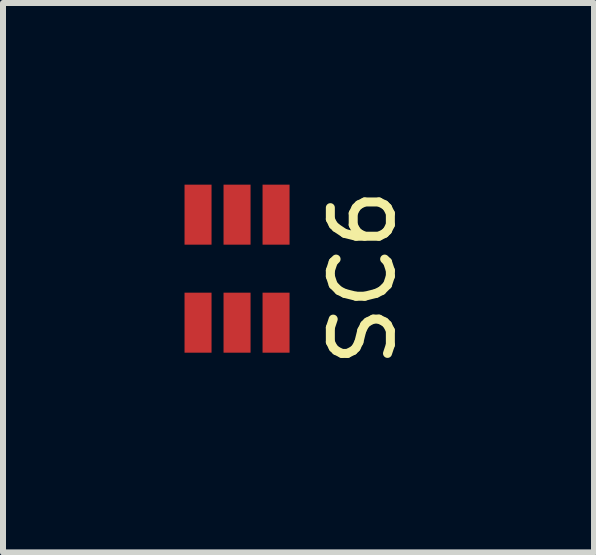
<source format=kicad_pcb>
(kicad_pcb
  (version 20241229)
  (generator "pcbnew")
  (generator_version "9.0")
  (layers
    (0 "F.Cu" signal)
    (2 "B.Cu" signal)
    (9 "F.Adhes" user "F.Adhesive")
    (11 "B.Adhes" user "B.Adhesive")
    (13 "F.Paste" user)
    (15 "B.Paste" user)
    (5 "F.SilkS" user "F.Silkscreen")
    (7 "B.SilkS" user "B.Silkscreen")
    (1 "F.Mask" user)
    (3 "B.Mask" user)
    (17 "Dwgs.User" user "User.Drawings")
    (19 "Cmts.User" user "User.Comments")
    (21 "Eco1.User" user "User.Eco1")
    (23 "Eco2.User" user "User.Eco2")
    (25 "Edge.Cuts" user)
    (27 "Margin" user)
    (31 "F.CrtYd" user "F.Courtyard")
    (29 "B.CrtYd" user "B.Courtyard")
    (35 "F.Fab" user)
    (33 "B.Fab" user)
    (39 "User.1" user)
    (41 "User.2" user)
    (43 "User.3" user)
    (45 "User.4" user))
  (footprint "SC6"
    (layer "F.Cu")
    (at 0.25 2.327)
    (property "Reference" "SC6" (at 2.75 -0.75 90) (layer "F.SilkS") (effects (font (size 1 1) (thickness 0.15))))
    (attr through_hole)
    (pad "1" smd rect (at 0 0) (size 0.45 1) (layers "F.Cu" "F.Mask"))
    (pad "2" smd rect (at 0.65 0) (size 0.45 1) (layers "F.Cu" "F.Mask"))
    (pad "3" smd rect (at 1.3 0) (size 0.45 1) (layers "F.Cu" "F.Mask"))
    (pad "4" smd rect (at 1.3 -1.8) (size 0.45 1) (layers "F.Cu" "F.Mask"))
    (pad "5" smd rect (at 0.65 -1.8) (size 0.45 1) (layers "F.Cu" "F.Mask"))
    (pad "6" smd rect (at 0 -1.8) (size 0.45 1) (layers "F.Cu" "F.Mask")))
  (gr_rect
    (start -3 -3)
    (end 6.848 6.155)
    (stroke (width 0.1) (type default))
    (fill no)
    (layer "Edge.Cuts")))
</source>
